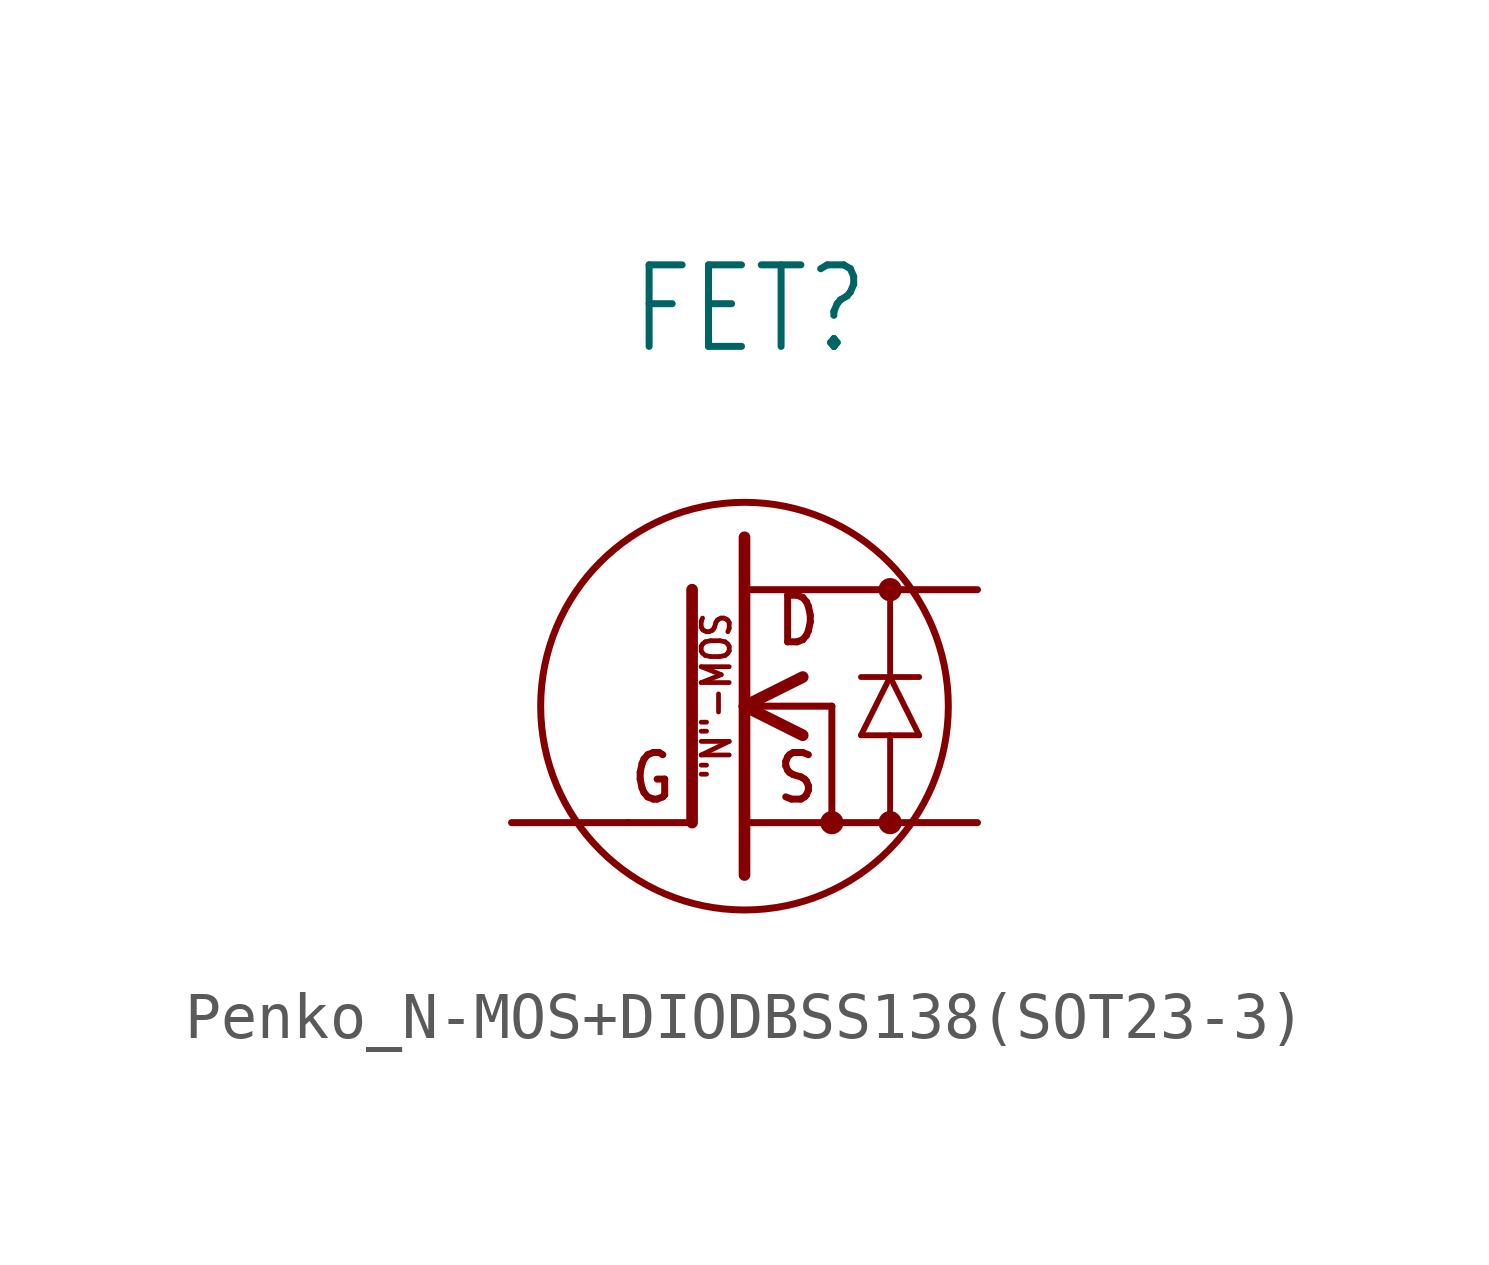
<source format=kicad_sym>
(kicad_symbol_lib
  (version 20231120)
  (generator "kicad_symbol_editor")
  (generator_version "8.0")
  (symbol "Penko_N-MOS+DIODBSS138(SOT23-3)"
    (property "Reference" "FET"
      (at -2.54 7.62 0)
      (effects (font (size 1.778 1.511)) (justify left bottom)))
    (property "Value" ""
      (at -2.54 5.08 0)
      (effects (font (size 1.778 1.511)) (justify left bottom)))
    (property "ki_locked" ""
      (at 0 0 0)
      (effects (font (size 1.27 1.27))))
    (symbol "Penko_N-MOS+DIODBSS138(SOT23-3)_1_0"
      (polyline (pts (xy -2.54 -2.54) (xy -1.219 -2.54)) (stroke (width 0.152) (type solid)) (fill (type none)))
      (polyline (pts (xy -1.143 2.54) (xy -1.143 -2.54)) (stroke (width 0.254) (type solid)) (fill (type none)))
      (polyline (pts (xy 0 0) (xy 0 -3.683)) (stroke (width 0.254) (type solid)) (fill (type none)))
      (polyline (pts (xy 0 0) (xy 1.905 0)) (stroke (width 0.152) (type solid)) (fill (type none)))
      (polyline (pts (xy 0 3.683) (xy 0 0)) (stroke (width 0.254) (type solid)) (fill (type none)))
      (polyline (pts (xy 1.27 -0.635) (xy 0 0)) (stroke (width 0.254) (type solid)) (fill (type none)))
      (polyline (pts (xy 1.27 0.635) (xy 0 0)) (stroke (width 0.254) (type solid)) (fill (type none)))
      (polyline (pts (xy 1.905 0) (xy 1.905 -2.54)) (stroke (width 0.152) (type solid)) (fill (type none)))
      (polyline (pts (xy 2.54 -0.635) (xy 3.175 0.635)) (stroke (width 0.127) (type solid)) (fill (type none)))
      (polyline (pts (xy 3.175 -2.54) (xy 3.175 -0.635)) (stroke (width 0.127) (type solid)) (fill (type none)))
      (polyline (pts (xy 3.175 -0.635) (xy 2.54 -0.635)) (stroke (width 0.127) (type solid)) (fill (type none)))
      (polyline (pts (xy 3.175 0.635) (xy 2.54 0.635)) (stroke (width 0.127) (type solid)) (fill (type none)))
      (polyline (pts (xy 3.175 0.635) (xy 3.175 2.54)) (stroke (width 0.127) (type solid)) (fill (type none)))
      (polyline (pts (xy 3.175 0.635) (xy 3.81 -0.635)) (stroke (width 0.127) (type solid)) (fill (type none)))
      (polyline (pts (xy 3.81 -0.635) (xy 3.175 -0.635)) (stroke (width 0.127) (type solid)) (fill (type none)))
      (polyline (pts (xy 3.81 0.635) (xy 3.175 0.635)) (stroke (width 0.127) (type solid)) (fill (type none)))
      (circle (center 0 0) (radius 4.445) (stroke (width 0.152) (type solid)) (fill (type none)))
      (circle (center 1.905 -2.54) (radius 0.127) (stroke (width 0.254) (type solid)) (fill (type none)))
      (circle (center 3.175 -2.54) (radius 0.127) (stroke (width 0.254) (type solid)) (fill (type none)))
      (circle (center 3.175 2.54) (radius 0.127) (stroke (width 0.254) (type solid)) (fill (type none)))
      (text "\"N\"-MOS" (at -0.254 -1.651 900) (effects (font (size 0.61 0.518) (thickness 0.104) (bold yes)) (justify left bottom)))
      (text "D" (at 0.635 1.27 0) (effects (font (size 1.016 0.864)) (justify left bottom)))
      (text "G" (at -2.54 -2.159 0) (effects (font (size 1.016 0.864)) (justify left bottom)))
      (text "S" (at 0.635 -2.159 0) (effects (font (size 1.016 0.864)) (justify left bottom)))
      (pin passive line (at -5.08 -2.54 0) (length 2.54) (name "G" (effects (font (size 0 0)))) (number "1" (effects (font (size 0 0)))))
      (pin passive line (at 5.08 -2.54 180) (length 5.08) (name "S" (effects (font (size 0 0)))) (number "2" (effects (font (size 0 0)))))
      (pin passive line (at 5.08 2.54 180) (length 5.08) (name "D" (effects (font (size 0 0)))) (number "3" (effects (font (size 0 0))))))))
</source>
